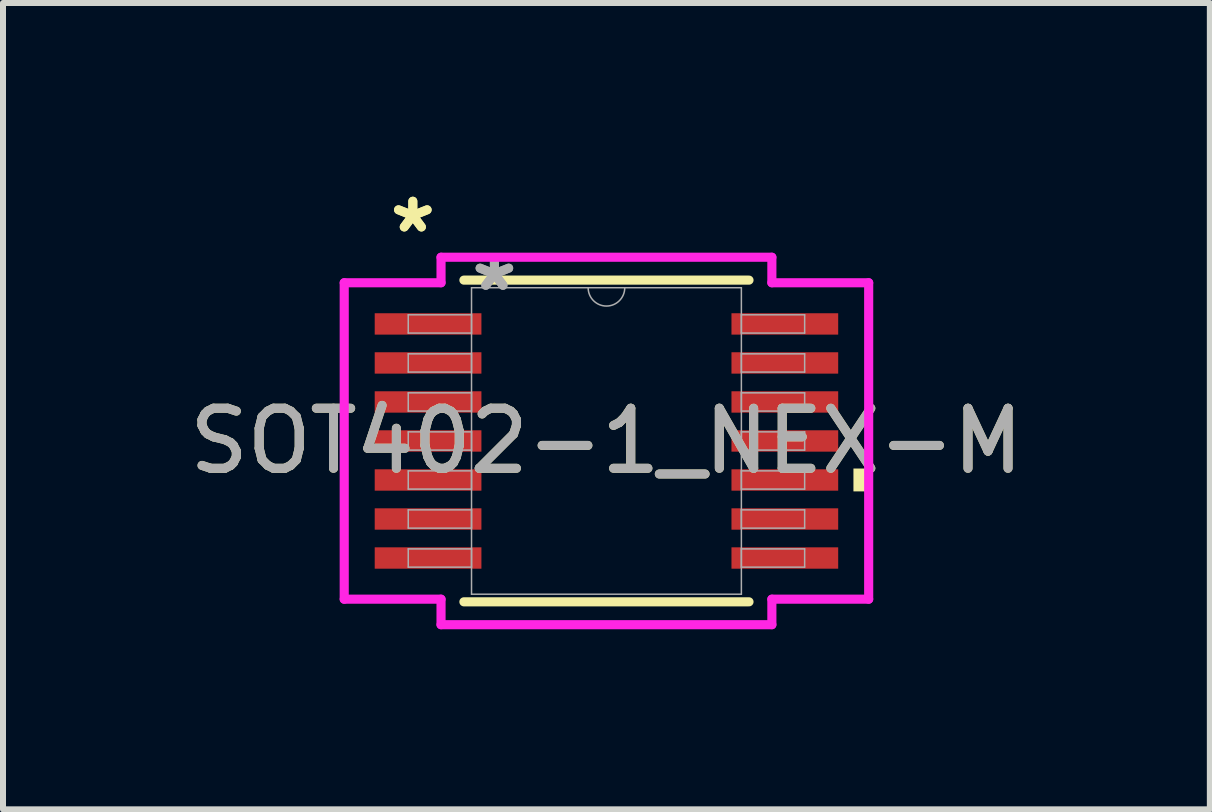
<source format=kicad_pcb>
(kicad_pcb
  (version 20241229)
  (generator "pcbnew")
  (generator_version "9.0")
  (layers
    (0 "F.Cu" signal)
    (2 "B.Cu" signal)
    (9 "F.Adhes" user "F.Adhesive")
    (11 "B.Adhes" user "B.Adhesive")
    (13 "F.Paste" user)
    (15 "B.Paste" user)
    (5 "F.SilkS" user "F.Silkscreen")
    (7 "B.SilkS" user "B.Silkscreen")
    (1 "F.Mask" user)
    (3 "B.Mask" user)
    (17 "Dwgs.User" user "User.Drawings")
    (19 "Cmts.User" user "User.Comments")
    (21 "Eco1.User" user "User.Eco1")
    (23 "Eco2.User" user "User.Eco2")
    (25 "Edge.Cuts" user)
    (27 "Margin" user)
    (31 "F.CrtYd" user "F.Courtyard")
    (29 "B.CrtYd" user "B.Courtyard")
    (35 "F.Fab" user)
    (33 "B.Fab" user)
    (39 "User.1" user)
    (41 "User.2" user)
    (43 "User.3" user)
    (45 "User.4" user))
  (footprint "SOT402-1_NEX-M"
    (layer "F.Cu")
    (at 7.054 4.297)
    (property "Reference" "SOT402-1_NEX-M" (at 0 0 0) (unlocked yes) (layer "F.SilkS") (effects (font (size 1 1) (thickness 0.15))))
    (attr smd)
    (fp_line (start -2.375 2.68) (end 2.375 2.68) (stroke (width 0.152) (type solid)) (layer "F.SilkS"))
    (fp_line (start 2.375 -2.68) (end -2.375 -2.68) (stroke (width 0.152) (type solid)) (layer "F.SilkS"))
    (fp_poly (pts (xy 4.369 0.459) (xy 4.369 0.84) (xy 4.115 0.84) (xy 4.115 0.459)) (stroke (width 0) (type solid)) (fill yes) (layer "F.SilkS"))
    (fp_line (start -4.369 -2.636) (end -2.756 -2.636) (stroke (width 0.152) (type solid)) (layer "F.CrtYd"))
    (fp_line (start -4.369 2.636) (end -4.369 -2.636) (stroke (width 0.152) (type solid)) (layer "F.CrtYd"))
    (fp_line (start -4.369 2.636) (end -2.756 2.636) (stroke (width 0.152) (type solid)) (layer "F.CrtYd"))
    (fp_line (start -2.756 -3.061) (end 2.756 -3.061) (stroke (width 0.152) (type solid)) (layer "F.CrtYd"))
    (fp_line (start -2.756 -2.636) (end -2.756 -3.061) (stroke (width 0.152) (type solid)) (layer "F.CrtYd"))
    (fp_line (start -2.756 3.061) (end -2.756 2.636) (stroke (width 0.152) (type solid)) (layer "F.CrtYd"))
    (fp_line (start 2.756 -3.061) (end 2.756 -2.636) (stroke (width 0.152) (type solid)) (layer "F.CrtYd"))
    (fp_line (start 2.756 2.636) (end 2.756 3.061) (stroke (width 0.152) (type solid)) (layer "F.CrtYd"))
    (fp_line (start 2.756 3.061) (end -2.756 3.061) (stroke (width 0.152) (type solid)) (layer "F.CrtYd"))
    (fp_line (start 4.369 -2.636) (end 2.756 -2.636) (stroke (width 0.152) (type solid)) (layer "F.CrtYd"))
    (fp_line (start 4.369 -2.636) (end 4.369 2.636) (stroke (width 0.152) (type solid)) (layer "F.CrtYd"))
    (fp_line (start 4.369 2.636) (end 2.756 2.636) (stroke (width 0.152) (type solid)) (layer "F.CrtYd"))
    (fp_line (start -3.302 -2.102) (end -3.302 -1.798) (stroke (width 0.025) (type solid)) (layer "F.Fab"))
    (fp_line (start -3.302 -1.798) (end -2.248 -1.798) (stroke (width 0.025) (type solid)) (layer "F.Fab"))
    (fp_line (start -3.302 -1.452) (end -3.302 -1.148) (stroke (width 0.025) (type solid)) (layer "F.Fab"))
    (fp_line (start -3.302 -1.148) (end -2.248 -1.148) (stroke (width 0.025) (type solid)) (layer "F.Fab"))
    (fp_line (start -3.302 -0.802) (end -3.302 -0.498) (stroke (width 0.025) (type solid)) (layer "F.Fab"))
    (fp_line (start -3.302 -0.498) (end -2.248 -0.498) (stroke (width 0.025) (type solid)) (layer "F.Fab"))
    (fp_line (start -3.302 -0.152) (end -3.302 0.152) (stroke (width 0.025) (type solid)) (layer "F.Fab"))
    (fp_line (start -3.302 0.152) (end -2.248 0.152) (stroke (width 0.025) (type solid)) (layer "F.Fab"))
    (fp_line (start -3.302 0.498) (end -3.302 0.802) (stroke (width 0.025) (type solid)) (layer "F.Fab"))
    (fp_line (start -3.302 0.802) (end -2.248 0.802) (stroke (width 0.025) (type solid)) (layer "F.Fab"))
    (fp_line (start -3.302 1.148) (end -3.302 1.452) (stroke (width 0.025) (type solid)) (layer "F.Fab"))
    (fp_line (start -3.302 1.452) (end -2.248 1.452) (stroke (width 0.025) (type solid)) (layer "F.Fab"))
    (fp_line (start -3.302 1.798) (end -3.302 2.102) (stroke (width 0.025) (type solid)) (layer "F.Fab"))
    (fp_line (start -3.302 2.102) (end -2.248 2.102) (stroke (width 0.025) (type solid)) (layer "F.Fab"))
    (fp_line (start -2.248 -2.553) (end -2.248 2.553) (stroke (width 0.025) (type solid)) (layer "F.Fab"))
    (fp_line (start -2.248 -2.102) (end -3.302 -2.102) (stroke (width 0.025) (type solid)) (layer "F.Fab"))
    (fp_line (start -2.248 -1.798) (end -2.248 -2.102) (stroke (width 0.025) (type solid)) (layer "F.Fab"))
    (fp_line (start -2.248 -1.452) (end -3.302 -1.452) (stroke (width 0.025) (type solid)) (layer "F.Fab"))
    (fp_line (start -2.248 -1.148) (end -2.248 -1.452) (stroke (width 0.025) (type solid)) (layer "F.Fab"))
    (fp_line (start -2.248 -0.802) (end -3.302 -0.802) (stroke (width 0.025) (type solid)) (layer "F.Fab"))
    (fp_line (start -2.248 -0.498) (end -2.248 -0.802) (stroke (width 0.025) (type solid)) (layer "F.Fab"))
    (fp_line (start -2.248 -0.152) (end -3.302 -0.152) (stroke (width 0.025) (type solid)) (layer "F.Fab"))
    (fp_line (start -2.248 0.152) (end -2.248 -0.152) (stroke (width 0.025) (type solid)) (layer "F.Fab"))
    (fp_line (start -2.248 0.498) (end -3.302 0.498) (stroke (width 0.025) (type solid)) (layer "F.Fab"))
    (fp_line (start -2.248 0.802) (end -2.248 0.498) (stroke (width 0.025) (type solid)) (layer "F.Fab"))
    (fp_line (start -2.248 1.148) (end -3.302 1.148) (stroke (width 0.025) (type solid)) (layer "F.Fab"))
    (fp_line (start -2.248 1.452) (end -2.248 1.148) (stroke (width 0.025) (type solid)) (layer "F.Fab"))
    (fp_line (start -2.248 1.798) (end -3.302 1.798) (stroke (width 0.025) (type solid)) (layer "F.Fab"))
    (fp_line (start -2.248 2.102) (end -2.248 1.798) (stroke (width 0.025) (type solid)) (layer "F.Fab"))
    (fp_line (start -2.248 2.553) (end 2.248 2.553) (stroke (width 0.025) (type solid)) (layer "F.Fab"))
    (fp_line (start 2.248 -2.553) (end -2.248 -2.553) (stroke (width 0.025) (type solid)) (layer "F.Fab"))
    (fp_line (start 2.248 -2.102) (end 2.248 -1.798) (stroke (width 0.025) (type solid)) (layer "F.Fab"))
    (fp_line (start 2.248 -1.798) (end 3.302 -1.798) (stroke (width 0.025) (type solid)) (layer "F.Fab"))
    (fp_line (start 2.248 -1.452) (end 2.248 -1.148) (stroke (width 0.025) (type solid)) (layer "F.Fab"))
    (fp_line (start 2.248 -1.148) (end 3.302 -1.148) (stroke (width 0.025) (type solid)) (layer "F.Fab"))
    (fp_line (start 2.248 -0.802) (end 2.248 -0.498) (stroke (width 0.025) (type solid)) (layer "F.Fab"))
    (fp_line (start 2.248 -0.498) (end 3.302 -0.498) (stroke (width 0.025) (type solid)) (layer "F.Fab"))
    (fp_line (start 2.248 -0.152) (end 2.248 0.152) (stroke (width 0.025) (type solid)) (layer "F.Fab"))
    (fp_line (start 2.248 0.152) (end 3.302 0.152) (stroke (width 0.025) (type solid)) (layer "F.Fab"))
    (fp_line (start 2.248 0.498) (end 2.248 0.802) (stroke (width 0.025) (type solid)) (layer "F.Fab"))
    (fp_line (start 2.248 0.802) (end 3.302 0.802) (stroke (width 0.025) (type solid)) (layer "F.Fab"))
    (fp_line (start 2.248 1.148) (end 2.248 1.452) (stroke (width 0.025) (type solid)) (layer "F.Fab"))
    (fp_line (start 2.248 1.452) (end 3.302 1.452) (stroke (width 0.025) (type solid)) (layer "F.Fab"))
    (fp_line (start 2.248 1.798) (end 2.248 2.102) (stroke (width 0.025) (type solid)) (layer "F.Fab"))
    (fp_line (start 2.248 2.102) (end 3.302 2.102) (stroke (width 0.025) (type solid)) (layer "F.Fab"))
    (fp_line (start 2.248 2.553) (end 2.248 -2.553) (stroke (width 0.025) (type solid)) (layer "F.Fab"))
    (fp_line (start 3.302 -2.102) (end 2.248 -2.102) (stroke (width 0.025) (type solid)) (layer "F.Fab"))
    (fp_line (start 3.302 -1.798) (end 3.302 -2.102) (stroke (width 0.025) (type solid)) (layer "F.Fab"))
    (fp_line (start 3.302 -1.452) (end 2.248 -1.452) (stroke (width 0.025) (type solid)) (layer "F.Fab"))
    (fp_line (start 3.302 -1.148) (end 3.302 -1.452) (stroke (width 0.025) (type solid)) (layer "F.Fab"))
    (fp_line (start 3.302 -0.802) (end 2.248 -0.802) (stroke (width 0.025) (type solid)) (layer "F.Fab"))
    (fp_line (start 3.302 -0.498) (end 3.302 -0.802) (stroke (width 0.025) (type solid)) (layer "F.Fab"))
    (fp_line (start 3.302 -0.152) (end 2.248 -0.152) (stroke (width 0.025) (type solid)) (layer "F.Fab"))
    (fp_line (start 3.302 0.152) (end 3.302 -0.152) (stroke (width 0.025) (type solid)) (layer "F.Fab"))
    (fp_line (start 3.302 0.498) (end 2.248 0.498) (stroke (width 0.025) (type solid)) (layer "F.Fab"))
    (fp_line (start 3.302 0.802) (end 3.302 0.498) (stroke (width 0.025) (type solid)) (layer "F.Fab"))
    (fp_line (start 3.302 1.148) (end 2.248 1.148) (stroke (width 0.025) (type solid)) (layer "F.Fab"))
    (fp_line (start 3.302 1.452) (end 3.302 1.148) (stroke (width 0.025) (type solid)) (layer "F.Fab"))
    (fp_line (start 3.302 1.798) (end 2.248 1.798) (stroke (width 0.025) (type solid)) (layer "F.Fab"))
    (fp_line (start 3.302 2.102) (end 3.302 1.798) (stroke (width 0.025) (type solid)) (layer "F.Fab"))
    (fp_arc (start 0.3048 -2.5527) (mid 0 -2.2479) (end -0.3048 -2.5527) (stroke (width 0.0254) (type solid)) (layer "F.Fab"))
    (fp_text user "*" (at -3.226 -3.449 0) (layer "F.SilkS") (effects (font (size 1 1) (thickness 0.15))))
    (fp_text user "*" (at -3.226 -3.449 0) (unlocked yes) (layer "F.SilkS") (effects (font (size 1 1) (thickness 0.15))))
    (fp_text user "*" (at -1.867 -2.477 0) (layer "F.Fab") (effects (font (size 1 1) (thickness 0.15))))
    (fp_text user "*" (at -1.867 -2.477 0) (unlocked yes) (layer "F.Fab") (effects (font (size 1 1) (thickness 0.15))))
    (fp_text user "${REFERENCE}" (at 0 0 0) (unlocked yes) (layer "F.Fab") (effects (font (size 1 1) (thickness 0.15))))
    (pad "1" smd rect (at -2.972 -1.95) (size 1.778 0.356) (layers "F.Cu" "F.Mask" "F.Paste"))
    (pad "2" smd rect (at -2.972 -1.3) (size 1.778 0.356) (layers "F.Cu" "F.Mask" "F.Paste"))
    (pad "3" smd rect (at -2.972 -0.65) (size 1.778 0.356) (layers "F.Cu" "F.Mask" "F.Paste"))
    (pad "4" smd rect (at -2.972 0) (size 1.778 0.356) (layers "F.Cu" "F.Mask" "F.Paste"))
    (pad "5" smd rect (at -2.972 0.65) (size 1.778 0.356) (layers "F.Cu" "F.Mask" "F.Paste"))
    (pad "6" smd rect (at -2.972 1.3) (size 1.778 0.356) (layers "F.Cu" "F.Mask" "F.Paste"))
    (pad "7" smd rect (at -2.972 1.95) (size 1.778 0.356) (layers "F.Cu" "F.Mask" "F.Paste"))
    (pad "8" smd rect (at 2.972 1.95) (size 1.778 0.356) (layers "F.Cu" "F.Mask" "F.Paste"))
    (pad "9" smd rect (at 2.972 1.3) (size 1.778 0.356) (layers "F.Cu" "F.Mask" "F.Paste"))
    (pad "10" smd rect (at 2.972 0.65) (size 1.778 0.356) (layers "F.Cu" "F.Mask" "F.Paste"))
    (pad "11" smd rect (at 2.972 0) (size 1.778 0.356) (layers "F.Cu" "F.Mask" "F.Paste"))
    (pad "12" smd rect (at 2.972 -0.65) (size 1.778 0.356) (layers "F.Cu" "F.Mask" "F.Paste"))
    (pad "13" smd rect (at 2.972 -1.3) (size 1.778 0.356) (layers "F.Cu" "F.Mask" "F.Paste"))
    (pad "14" smd rect (at 2.972 -1.95) (size 1.778 0.356) (layers "F.Cu" "F.Mask" "F.Paste")))
  (gr_rect
    (start -3 -3)
    (end 17.107 10.434)
    (stroke (width 0.1) (type default))
    (fill no)
    (layer "Edge.Cuts")))
</source>
